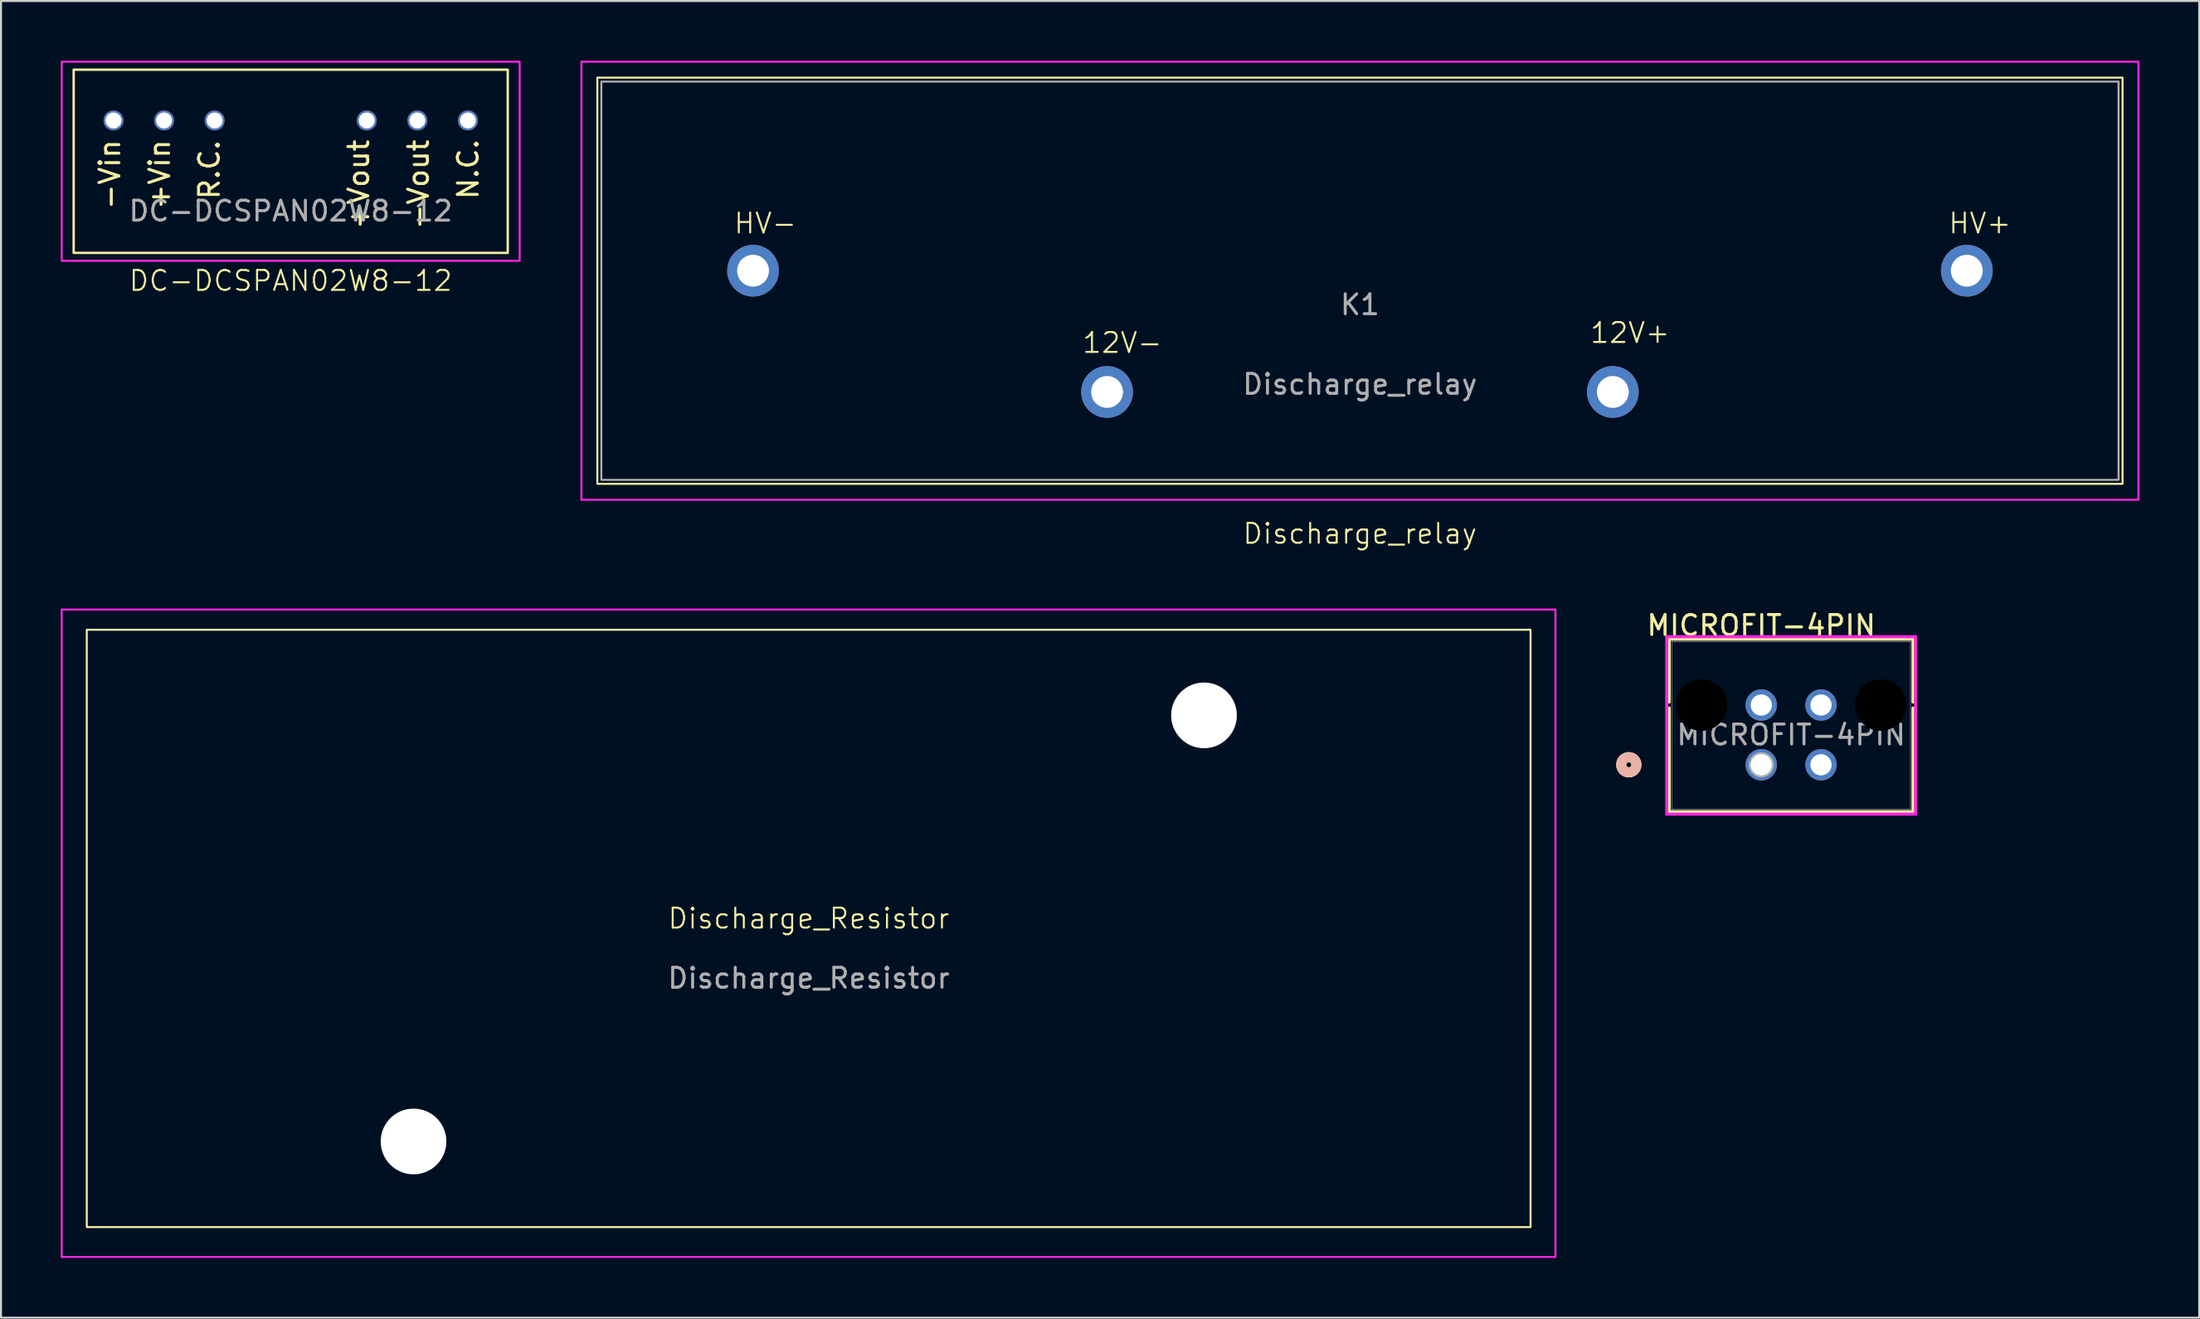
<source format=kicad_pcb>
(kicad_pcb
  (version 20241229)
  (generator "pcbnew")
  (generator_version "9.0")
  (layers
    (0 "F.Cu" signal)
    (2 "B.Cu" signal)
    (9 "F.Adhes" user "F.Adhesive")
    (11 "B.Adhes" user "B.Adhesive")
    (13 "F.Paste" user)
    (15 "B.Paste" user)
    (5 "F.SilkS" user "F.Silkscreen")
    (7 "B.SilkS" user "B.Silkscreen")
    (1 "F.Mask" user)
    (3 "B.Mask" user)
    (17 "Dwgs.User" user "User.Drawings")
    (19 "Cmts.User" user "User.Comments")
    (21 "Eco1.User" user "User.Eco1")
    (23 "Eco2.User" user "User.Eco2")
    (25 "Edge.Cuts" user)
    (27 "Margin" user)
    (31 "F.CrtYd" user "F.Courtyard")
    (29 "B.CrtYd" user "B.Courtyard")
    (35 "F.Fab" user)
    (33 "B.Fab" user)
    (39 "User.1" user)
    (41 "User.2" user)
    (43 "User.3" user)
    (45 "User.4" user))
  (footprint "MICROFIT-4PIN"
    (layer "F.Cu")
    (at 85.406 35.359)
    (property "Reference" "MICROFIT-4PIN" (at 0 -7 0) (unlocked yes) (layer "F.SilkS") (effects (font (size 1 1) (thickness 0.15))))
    (attr through_hole)
    (fp_line (start -4.621 -6.307) (end -4.621 -3.148) (stroke (width 0.152) (type solid)) (layer "F.SilkS"))
    (fp_line (start -4.621 -2.852) (end -4.621 2.354) (stroke (width 0.152) (type solid)) (layer "F.SilkS"))
    (fp_line (start -4.621 2.354) (end 7.621 2.354) (stroke (width 0.152) (type solid)) (layer "F.SilkS"))
    (fp_line (start 7.621 -6.307) (end -4.621 -6.307) (stroke (width 0.152) (type solid)) (layer "F.SilkS"))
    (fp_line (start 7.621 -3.148) (end 7.621 -6.307) (stroke (width 0.152) (type solid)) (layer "F.SilkS"))
    (fp_line (start 7.621 2.354) (end 7.621 -2.852) (stroke (width 0.152) (type solid)) (layer "F.SilkS"))
    (fp_circle (center -6.653 0) (end -6.272 0) (stroke (width 0.508) (type solid)) (fill no) (layer "F.SilkS"))
    (fp_circle (center -6.653 0) (end -6.272 0) (stroke (width 0.508) (type solid)) (fill no) (layer "B.SilkS"))
    (fp_line (start -4.748 -6.434) (end -4.748 2.481) (stroke (width 0.152) (type solid)) (layer "F.CrtYd"))
    (fp_line (start -4.748 2.481) (end 7.748 2.481) (stroke (width 0.152) (type solid)) (layer "F.CrtYd"))
    (fp_line (start 7.748 -6.434) (end -4.748 -6.434) (stroke (width 0.152) (type solid)) (layer "F.CrtYd"))
    (fp_line (start 7.748 2.481) (end 7.748 -6.434) (stroke (width 0.152) (type solid)) (layer "F.CrtYd"))
    (fp_line (start -4.494 -6.18) (end -4.494 2.227) (stroke (width 0.025) (type solid)) (layer "F.Fab"))
    (fp_line (start -4.494 2.227) (end 7.494 2.227) (stroke (width 0.025) (type solid)) (layer "F.Fab"))
    (fp_line (start 7.494 -6.18) (end -4.494 -6.18) (stroke (width 0.025) (type solid)) (layer "F.Fab"))
    (fp_line (start 7.494 2.227) (end 7.494 -6.18) (stroke (width 0.025) (type solid)) (layer "F.Fab"))
    (fp_circle (center 0 0) (end 0.381 0) (stroke (width 0.508) (type solid)) (fill no) (layer "F.Fab"))
    (fp_text user "${REFERENCE}" (at 1.5 -1.5 0) (unlocked yes) (layer "F.Fab") (effects (font (size 1 1) (thickness 0.15))))
    (pad "" np_thru_hole circle (at -3 -3) (size 2.591 2.591) (drill 2.591) (layers))
    (pad "" np_thru_hole circle (at 6 -3) (size 2.591 2.591) (drill 2.591) (layers))
    (pad "1" thru_hole circle (at 0 0) (size 1.575 1.575) (drill 1.067) (layers "*.Cu" "*.Mask"))
    (pad "2" thru_hole circle (at 3 0) (size 1.575 1.575) (drill 1.067) (layers "*.Cu" "*.Mask"))
    (pad "3" thru_hole circle (at 0 -3) (size 1.575 1.575) (drill 1.067) (layers "*.Cu" "*.Mask"))
    (pad "4" thru_hole circle (at 3 -3) (size 1.575 1.575) (drill 1.067) (layers "*.Cu" "*.Mask")))
  (footprint "Discharge_Resistor"
    (layer "F.Cu")
    (at 37.568 43.578)
    (property "Reference" "Discharge_Resistor" (at 0 -0.5 0) (unlocked yes) (layer "F.SilkS") (effects (font (size 1 1) (thickness 0.1))))
    (attr through_hole)
    (fp_rect (start -36.26 -15) (end 36.25 15) (stroke (width 0.1) (type solid)) (fill no) (layer "F.SilkS"))
    (fp_rect (start -37.518 -16.018) (end 37.5 16.5) (stroke (width 0.1) (type solid)) (fill no) (layer "F.CrtYd"))
    (fp_text user "${REFERENCE}" (at 0 2.5 0) (unlocked yes) (layer "F.Fab") (effects (font (size 1 1) (thickness 0.15))))
    (pad "" np_thru_hole circle (at -19.85 10.7) (size 3.3 3.3) (drill 3.3) (layers "*.Cu" "*.Mask"))
    (pad "" np_thru_hole circle (at 19.85 -10.7) (size 3.3 3.3) (drill 3.3) (layers "*.Cu" "*.Mask")))
  (footprint "DC-DCSPAN02W8-12"
    (layer "F.Cu")
    (at 11.55 5.05)
    (property "Reference" "DC-DCSPAN02W8-12" (at 0 6 0) (unlocked yes) (layer "F.SilkS") (effects (font (size 1 1) (thickness 0.1))))
    (attr through_hole)
    (fp_rect (start -10.9 -4.6) (end 10.9 4.6) (stroke (width 0.12) (type default)) (fill no) (layer "F.SilkS"))
    (fp_rect (start -11.5 -5) (end 11.5 5) (stroke (width 0.1) (type solid)) (fill no) (layer "F.CrtYd"))
    (fp_text user "-Vout" (at 7 3.5 90) (unlocked yes) (layer "F.SilkS") (effects (font (size 1 1) (thickness 0.15)) (justify left bottom)))
    (fp_text user "N.C." (at 9.5 2 90) (unlocked yes) (layer "F.SilkS") (effects (font (size 1 1) (thickness 0.15)) (justify left bottom)))
    (fp_text user "-Vin" (at -8.5 2.5 90) (unlocked yes) (layer "F.SilkS") (effects (font (size 1 1) (thickness 0.15)) (justify left bottom)))
    (fp_text user "+Vin" (at -6 2.5 90) (unlocked yes) (layer "F.SilkS") (effects (font (size 1 1) (thickness 0.15)) (justify left bottom)))
    (fp_text user "+Vout" (at 4 3.5 90) (unlocked yes) (layer "F.SilkS") (effects (font (size 1 1) (thickness 0.15)) (justify left bottom)))
    (fp_text user "R.C." (at -3.5 2 90) (unlocked yes) (layer "F.SilkS") (effects (font (size 1 1) (thickness 0.15)) (justify left bottom)))
    (fp_text user "${REFERENCE}" (at 0 2.5 0) (unlocked yes) (layer "F.Fab") (effects (font (size 1 1) (thickness 0.15))))
    (pad "1" thru_hole circle (at -8.9 -2.05) (size 1 1) (drill 0.8) (layers "*.Cu" "*.Mask"))
    (pad "2" thru_hole circle (at -6.36 -2.05) (size 1 1) (drill 0.8) (layers "*.Cu" "*.Mask"))
    (pad "3" thru_hole circle (at -3.82 -2.05) (size 1 1) (drill 0.8) (layers "*.Cu" "*.Mask"))
    (pad "6" thru_hole circle (at 3.82 -2.05) (size 1 1) (drill 0.8) (layers "*.Cu" "*.Mask"))
    (pad "7" thru_hole circle (at 6.36 -2.05) (size 1 1) (drill 0.8) (layers "*.Cu" "*.Mask"))
    (pad "8" thru_hole circle (at 8.9 -2.05) (size 1 1) (drill 0.8) (layers "*.Cu" "*.Mask"))
    (zone (net_name "") (layer "F.SilkS") (hatch edge 0.5) (connect_pads) (min_thickness 0.25) (filled_areas_thickness no) (keepout (tracks allowed) (vias allowed) (pads not_allowed) (copperpour allowed) (footprints not_allowed)) (placement (enabled no)) (fill) (polygon (pts (xy 0.65 0.45) (xy 22.45 0.45) (xy 22.45 9.65) (xy 0.65 9.65)))))
  (footprint "Discharge_relay"
    (layer "F.Cu")
    (at 65.25 12.25)
    (property "Reference" "Discharge_relay" (at 0 11.5 0) (unlocked yes) (layer "F.SilkS") (effects (font (size 1 1) (thickness 0.1))))
    (attr smd)
    (fp_rect (start -38.3 -11.4) (end 38.3 9) (stroke (width 0.1) (type solid)) (fill no) (layer "F.SilkS"))
    (fp_rect (start -39.1 -12.2) (end 39.1 9.8) (stroke (width 0.1) (type solid)) (fill no) (layer "F.CrtYd"))
    (fp_rect (start -38.1 -11.2) (end 38.1 8.8) (stroke (width 0.1) (type solid)) (fill no) (layer "F.Fab"))
    (fp_text user "HV-" (at -31.5 -3.5 0) (unlocked yes) (layer "F.SilkS") (effects (font (size 1 1) (thickness 0.1)) (justify left bottom)))
    (fp_text user "12V-" (at -14 2.5 0) (unlocked yes) (layer "F.SilkS") (effects (font (size 1 1) (thickness 0.1)) (justify left bottom)))
    (fp_text user "12V+" (at 11.5 2 0) (unlocked yes) (layer "F.SilkS") (effects (font (size 1 1) (thickness 0.1)) (justify left bottom)))
    (fp_text user "HV+" (at 29.5 -3.5 0) (unlocked yes) (layer "F.SilkS") (effects (font (size 1 1) (thickness 0.1)) (justify left bottom)))
    (fp_text user "K1" (at 0 0 0) (unlocked yes) (layer "F.Fab") (effects (font (size 1 1) (thickness 0.15))))
    (fp_text user "${REFERENCE}" (at 0 4 0) (unlocked yes) (layer "F.Fab") (effects (font (size 1 1) (thickness 0.15))))
    (pad "1" thru_hole circle (at 30.48 -1.705 180) (size 2.6 2.6) (drill 1.6) (layers "*.Cu" "*.Mask"))
    (pad "2" thru_hole circle (at 12.7 4.385 180) (size 2.6 2.6) (drill 1.6) (layers "*.Cu" "*.Mask"))
    (pad "3" thru_hole circle (at -12.7 4.385 180) (size 2.6 2.6) (drill 1.6) (layers "*.Cu" "*.Mask"))
    (pad "4" thru_hole circle (at -30.48 -1.705 180) (size 2.6 2.6) (drill 1.6) (layers "*.Cu" "*.Mask"))
    (zone (net_name "") (layer "F.SilkS") (hatch edge 0.5) (connect_pads) (min_thickness 0.25) (filled_areas_thickness no) (keepout (tracks allowed) (vias allowed) (pads not_allowed) (copperpour allowed) (footprints not_allowed)) (placement (enabled no)) (fill) (polygon (pts (xy 26.95 0.85) (xy 26.95 21.25) (xy 103.55 21.25) (xy 103.55 0.85)))))
  (gr_rect
    (start -3 -3)
    (end 107.4 63.128)
    (stroke (width 0.1) (type default))
    (fill no)
    (layer "Edge.Cuts")))
</source>
